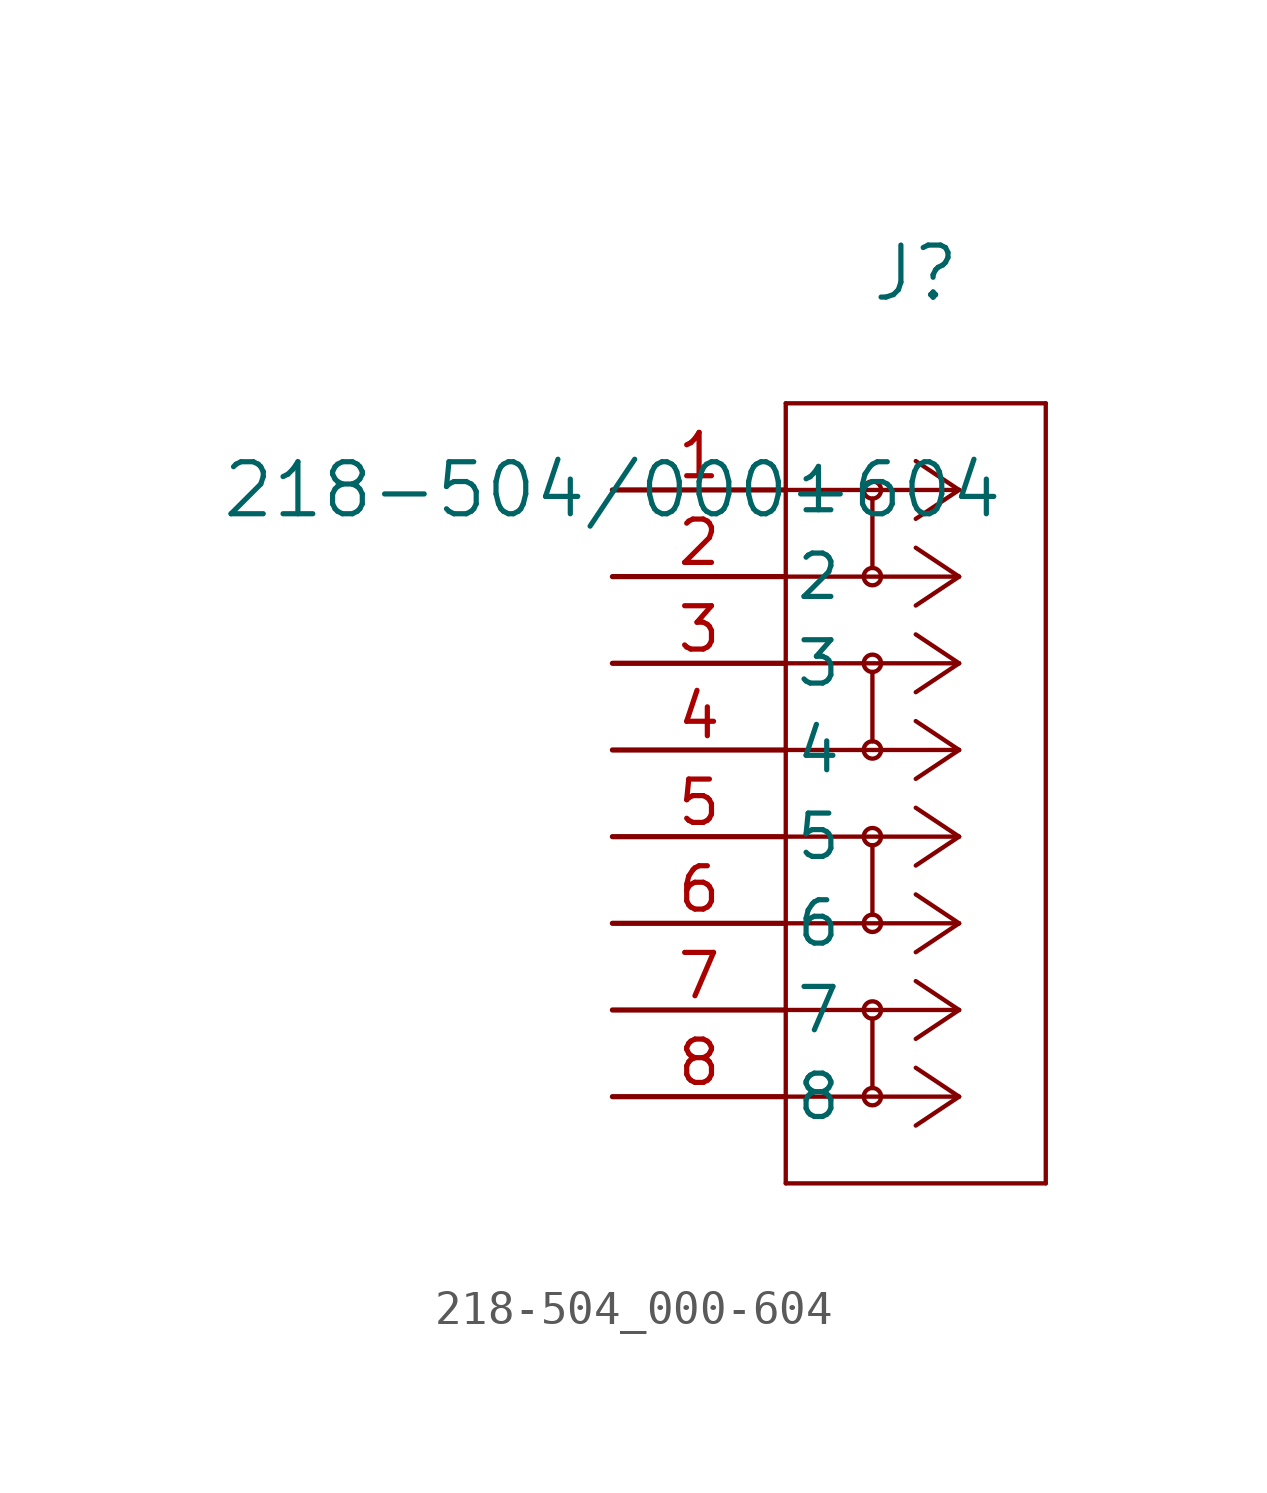
<source format=kicad_sym>
(kicad_symbol_lib
  (version 20211014)
  (generator kicad_symbol_editor)
  (symbol "218-504_000-604"
    (pin_names
      (offset 0.254))
    (property "Reference" "J"
      (at 8.89 6.35 0)
      (effects (font (size 1.524 1.524))))
    (property "Value" "218-504/000-604"
      (at 0 0 0)
      (effects (font (size 1.524 1.524))))
    (polyline
      (pts (xy 10.16 0) (xy 5.08 0))
      (stroke (width 0.127) (type default) (color 0 0 0 0))
      (fill (type none)))
    (polyline
      (pts (xy 10.16 -2.54) (xy 5.08 -2.54))
      (stroke (width 0.127) (type default) (color 0 0 0 0))
      (fill (type none)))
    (polyline
      (pts (xy 10.16 -5.08) (xy 5.08 -5.08))
      (stroke (width 0.127) (type default) (color 0 0 0 0))
      (fill (type none)))
    (polyline
      (pts (xy 10.16 -7.62) (xy 5.08 -7.62))
      (stroke (width 0.127) (type default) (color 0 0 0 0))
      (fill (type none)))
    (polyline
      (pts (xy 10.16 -5.08) (xy 8.89 -4.233))
      (stroke (width 0.127) (type default) (color 0 0 0 0))
      (fill (type none)))
    (polyline
      (pts (xy 10.16 -7.62) (xy 8.89 -6.773))
      (stroke (width 0.127) (type default) (color 0 0 0 0))
      (fill (type none)))
    (polyline
      (pts (xy 10.16 -5.08) (xy 8.89 -5.927))
      (stroke (width 0.127) (type default) (color 0 0 0 0))
      (fill (type none)))
    (polyline
      (pts (xy 10.16 -7.62) (xy 8.89 -8.467))
      (stroke (width 0.127) (type default) (color 0 0 0 0))
      (fill (type none)))
    (polyline
      (pts (xy 10.16 0) (xy 8.89 0.847))
      (stroke (width 0.127) (type default) (color 0 0 0 0))
      (fill (type none)))
    (polyline
      (pts (xy 10.16 -2.54) (xy 8.89 -1.693))
      (stroke (width 0.127) (type default) (color 0 0 0 0))
      (fill (type none)))
    (circle
      (center 7.62 -5.08)
      (radius 0.254)
      (stroke (width 0.127) (type default) (color 0 0 0 0))
      (fill (type none)))
    (circle
      (center 7.62 -7.62)
      (radius 0.254)
      (stroke (width 0.127) (type default) (color 0 0 0 0))
      (fill (type none)))
    (polyline
      (pts (xy 7.62 -5.334) (xy 7.62 -7.366))
      (stroke (width 0.127) (type default) (color 0 0 0 0))
      (fill (type none)))
    (polyline
      (pts (xy 10.16 -10.16) (xy 5.08 -10.16))
      (stroke (width 0.127) (type default) (color 0 0 0 0))
      (fill (type none)))
    (polyline
      (pts (xy 10.16 -12.7) (xy 5.08 -12.7))
      (stroke (width 0.127) (type default) (color 0 0 0 0))
      (fill (type none)))
    (polyline
      (pts (xy 10.16 -10.16) (xy 8.89 -9.313))
      (stroke (width 0.127) (type default) (color 0 0 0 0))
      (fill (type none)))
    (polyline
      (pts (xy 10.16 0) (xy 8.89 -0.847))
      (stroke (width 0.127) (type default) (color 0 0 0 0))
      (fill (type none)))
    (polyline
      (pts (xy 10.16 -2.54) (xy 8.89 -3.387))
      (stroke (width 0.127) (type default) (color 0 0 0 0))
      (fill (type none)))
    (polyline
      (pts (xy 10.16 -12.7) (xy 8.89 -11.853))
      (stroke (width 0.127) (type default) (color 0 0 0 0))
      (fill (type none)))
    (polyline
      (pts (xy 10.16 -10.16) (xy 8.89 -11.007))
      (stroke (width 0.127) (type default) (color 0 0 0 0))
      (fill (type none)))
    (polyline
      (pts (xy 10.16 -12.7) (xy 8.89 -13.547))
      (stroke (width 0.127) (type default) (color 0 0 0 0))
      (fill (type none)))
    (circle
      (center 7.62 -10.16)
      (radius 0.254)
      (stroke (width 0.127) (type default) (color 0 0 0 0))
      (fill (type none)))
    (circle
      (center 7.62 -12.7)
      (radius 0.254)
      (stroke (width 0.127) (type default) (color 0 0 0 0))
      (fill (type none)))
    (polyline
      (pts (xy 7.62 -10.414) (xy 7.62 -12.446))
      (stroke (width 0.127) (type default) (color 0 0 0 0))
      (fill (type none)))
    (polyline
      (pts (xy 5.08 2.54) (xy 5.08 -20.32))
      (stroke (width 0.127) (type default) (color 0 0 0 0))
      (fill (type none)))
    (polyline
      (pts (xy 5.08 -20.32) (xy 12.7 -20.32))
      (stroke (width 0.127) (type default) (color 0 0 0 0))
      (fill (type none)))
    (polyline
      (pts (xy 12.7 -20.32) (xy 12.7 2.54))
      (stroke (width 0.127) (type default) (color 0 0 0 0))
      (fill (type none)))
    (polyline
      (pts (xy 12.7 2.54) (xy 5.08 2.54))
      (stroke (width 0.127) (type default) (color 0 0 0 0))
      (fill (type none)))
    (circle
      (center 7.62 0)
      (radius 0.254)
      (stroke (width 0.127) (type default) (color 0 0 0 0))
      (fill (type none)))
    (circle
      (center 7.62 -2.54)
      (radius 0.254)
      (stroke (width 0.127) (type default) (color 0 0 0 0))
      (fill (type none)))
    (polyline
      (pts (xy 7.62 -0.254) (xy 7.62 -2.286))
      (stroke (width 0.127) (type default) (color 0 0 0 0))
      (fill (type none)))
    (polyline
      (pts (xy 10.16 -15.24) (xy 5.08 -15.24))
      (stroke (width 0.127) (type default) (color 0 0 0 0))
      (fill (type none)))
    (polyline
      (pts (xy 10.16 -17.78) (xy 5.08 -17.78))
      (stroke (width 0.127) (type default) (color 0 0 0 0))
      (fill (type none)))
    (polyline
      (pts (xy 10.16 -15.24) (xy 8.89 -14.393))
      (stroke (width 0.127) (type default) (color 0 0 0 0))
      (fill (type none)))
    (polyline
      (pts (xy 10.16 -17.78) (xy 8.89 -16.933))
      (stroke (width 0.127) (type default) (color 0 0 0 0))
      (fill (type none)))
    (polyline
      (pts (xy 10.16 -15.24) (xy 8.89 -16.087))
      (stroke (width 0.127) (type default) (color 0 0 0 0))
      (fill (type none)))
    (polyline
      (pts (xy 10.16 -17.78) (xy 8.89 -18.627))
      (stroke (width 0.127) (type default) (color 0 0 0 0))
      (fill (type none)))
    (circle
      (center 7.62 -15.24)
      (radius 0.254)
      (stroke (width 0.127) (type default) (color 0 0 0 0))
      (fill (type none)))
    (circle
      (center 7.62 -17.78)
      (radius 0.254)
      (stroke (width 0.127) (type default) (color 0 0 0 0))
      (fill (type none)))
    (polyline
      (pts (xy 7.62 -15.494) (xy 7.62 -17.526))
      (stroke (width 0.127) (type default) (color 0 0 0 0))
      (fill (type none)))
    (pin unspecified line
      (at 0 0 0)
      (length 5.08)
      (name "1" (effects (font (size 1.27 1.27))))
      (number "1" (effects (font (size 1.27 1.27)))))
    (pin unspecified line
      (at 0 -2.54 0)
      (length 5.08)
      (name "2" (effects (font (size 1.27 1.27))))
      (number "2" (effects (font (size 1.27 1.27)))))
    (pin unspecified line
      (at 0 -5.08 0)
      (length 5.08)
      (name "3" (effects (font (size 1.27 1.27))))
      (number "3" (effects (font (size 1.27 1.27)))))
    (pin unspecified line
      (at 0 -7.62 0)
      (length 5.08)
      (name "4" (effects (font (size 1.27 1.27))))
      (number "4" (effects (font (size 1.27 1.27)))))
    (pin unspecified line
      (at 0 -10.16 0)
      (length 5.08)
      (name "5" (effects (font (size 1.27 1.27))))
      (number "5" (effects (font (size 1.27 1.27)))))
    (pin unspecified line
      (at 0 -12.7 0)
      (length 5.08)
      (name "6" (effects (font (size 1.27 1.27))))
      (number "6" (effects (font (size 1.27 1.27)))))
    (pin unspecified line
      (at 0 -15.24 0)
      (length 5.08)
      (name "7" (effects (font (size 1.27 1.27))))
      (number "7" (effects (font (size 1.27 1.27)))))
    (pin unspecified line
      (at 0 -17.78 0)
      (length 5.08)
      (name "8" (effects (font (size 1.27 1.27))))
      (number "8" (effects (font (size 1.27 1.27)))))))
</source>
